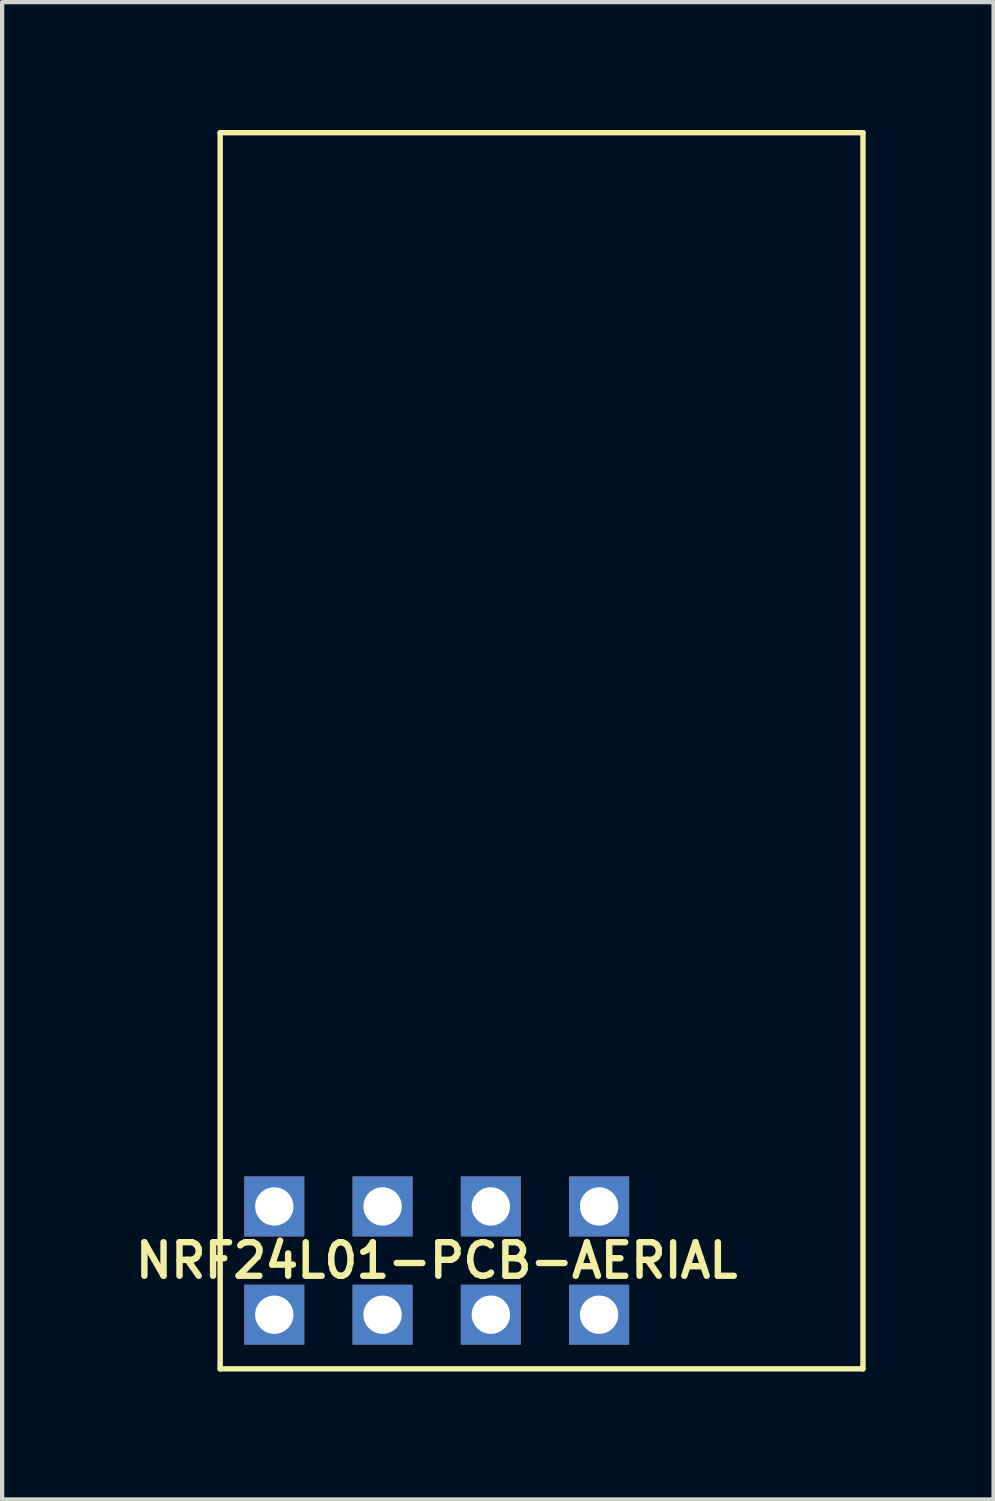
<source format=kicad_pcb>
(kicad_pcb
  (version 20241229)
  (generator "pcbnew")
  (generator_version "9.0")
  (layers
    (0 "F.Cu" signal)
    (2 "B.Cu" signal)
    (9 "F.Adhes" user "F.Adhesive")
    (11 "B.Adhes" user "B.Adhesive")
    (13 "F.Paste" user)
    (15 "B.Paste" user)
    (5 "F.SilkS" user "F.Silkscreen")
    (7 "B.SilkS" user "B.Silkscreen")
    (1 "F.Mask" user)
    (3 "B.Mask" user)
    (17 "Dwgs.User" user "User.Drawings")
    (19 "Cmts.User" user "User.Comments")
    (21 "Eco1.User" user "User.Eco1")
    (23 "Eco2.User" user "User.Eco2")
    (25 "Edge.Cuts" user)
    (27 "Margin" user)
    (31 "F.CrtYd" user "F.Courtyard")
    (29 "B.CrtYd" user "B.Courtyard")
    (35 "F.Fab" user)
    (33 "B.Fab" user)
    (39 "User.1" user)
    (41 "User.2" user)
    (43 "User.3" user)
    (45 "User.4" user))
  (footprint "NRF24L01-PCB-AERIAL"
    (layer "F.Cu")
    (at 7.195 26.523)
    (property "Reference" "NRF24L01-PCB-AERIAL" (at 0 0 0) (layer "F.SilkS") (effects (font (size 0.787 0.787) (thickness 0.15))))
    (attr through_hole)
    (fp_line (start -5.08 -26.46) (end 10 -26.46) (stroke (width 0.127) (type solid)) (layer "F.SilkS"))
    (fp_line (start -5.08 2.54) (end -5.08 -26.46) (stroke (width 0.127) (type solid)) (layer "F.SilkS"))
    (fp_line (start 10 -26.46) (end 10 2.54) (stroke (width 0.127) (type solid)) (layer "F.SilkS"))
    (fp_line (start 10 2.54) (end -5.08 2.54) (stroke (width 0.127) (type solid)) (layer "F.SilkS"))
    (pad "P$1" thru_hole rect (at -3.81 1.27) (size 1.408 1.408) (drill 0.9) (layers "*.Cu" "*.Mask"))
    (pad "P$2" thru_hole rect (at -3.81 -1.27) (size 1.408 1.408) (drill 0.9) (layers "*.Cu" "*.Mask"))
    (pad "P$3" thru_hole rect (at -1.27 1.27) (size 1.408 1.408) (drill 0.9) (layers "*.Cu" "*.Mask"))
    (pad "P$4" thru_hole rect (at -1.27 -1.27) (size 1.408 1.408) (drill 0.9) (layers "*.Cu" "*.Mask"))
    (pad "P$5" thru_hole rect (at 1.27 1.27) (size 1.408 1.408) (drill 0.9) (layers "*.Cu" "*.Mask"))
    (pad "P$6" thru_hole rect (at 1.27 -1.27) (size 1.408 1.408) (drill 0.9) (layers "*.Cu" "*.Mask"))
    (pad "P$7" thru_hole rect (at 3.81 1.27) (size 1.408 1.408) (drill 0.9) (layers "*.Cu" "*.Mask"))
    (pad "P$8" thru_hole rect (at 3.81 -1.27) (size 1.408 1.408) (drill 0.9) (layers "*.Cu" "*.Mask")))
  (gr_rect
    (start -3 -3)
    (end 20.259 32.127)
    (stroke (width 0.1) (type default))
    (fill no)
    (layer "Edge.Cuts")))
</source>
